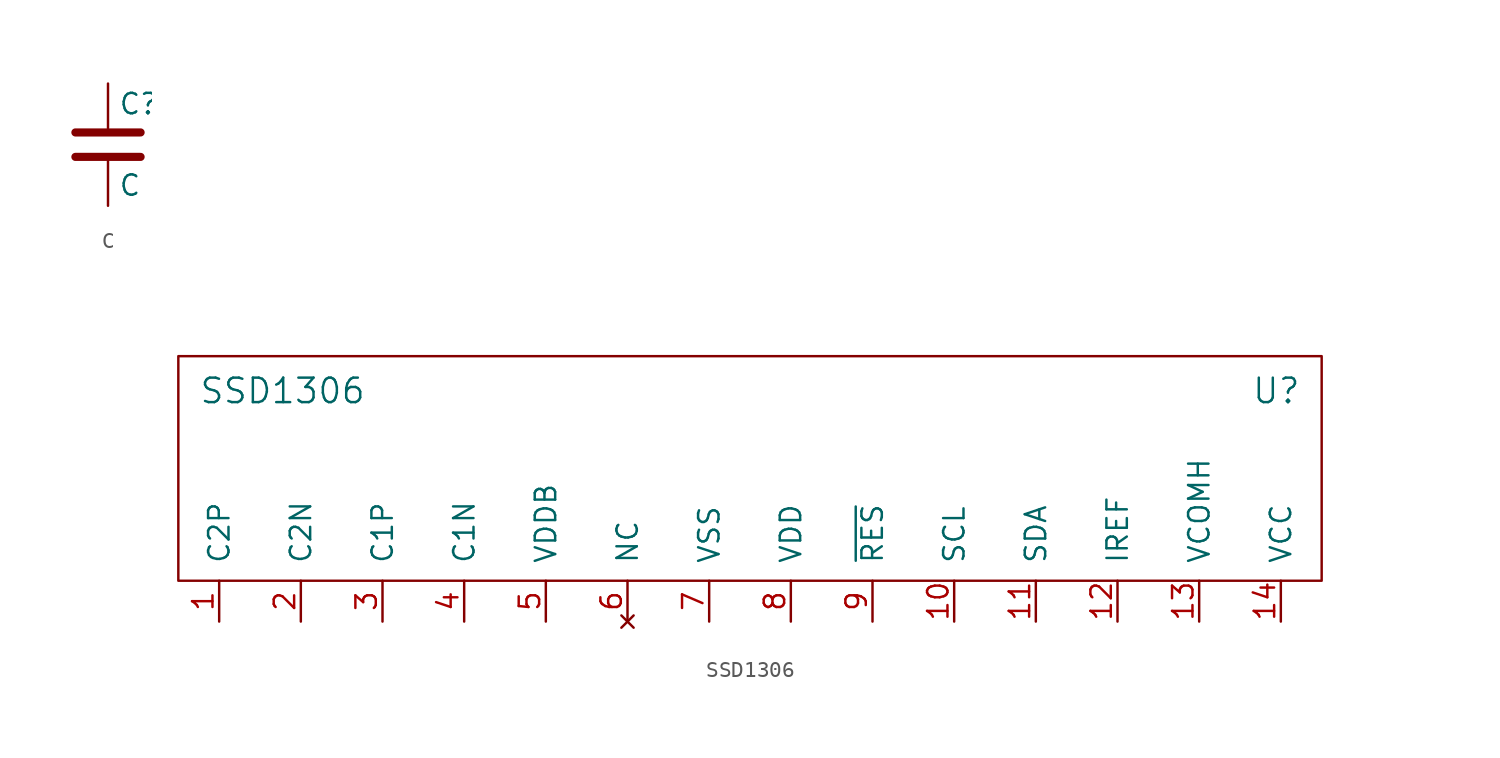
<source format=kicad_sym>
(kicad_symbol_lib
  (version 20241209)
  (generator "kicad_symbol_editor")
  (generator_version "9.0")
  (symbol "C"
    (pin_numbers
      (hide yes))
    (pin_names
      (offset 0.254))
    (property "Reference" "C"
      (at 0.635 2.54 0)
      (effects (font (size 1.27 1.27)) (justify left)))
    (property "Value" "C"
      (at 0.635 -2.54 0)
      (effects (font (size 1.27 1.27)) (justify left)))
    (property "Footprint" ""
      (at 0.965 -3.81 0)
      (effects (font (size 1.27 1.27))))
    (property "Datasheet" ""
      (at 0 0 0)
      (effects (font (size 1.27 1.27))))
    (symbol "C_0_1"
      (polyline (pts (xy -2.032 0.762) (xy 2.032 0.762)) (stroke (width 0.508) (type solid)) (fill (type none)))
      (polyline (pts (xy -2.032 -0.762) (xy 2.032 -0.762)) (stroke (width 0.508) (type solid)) (fill (type none))))
    (symbol "C_1_1"
      (pin passive line (at 0 3.81 270) (length 2.794) (name "~" (effects (font (size 1.27 1.27)))) (number "1" (effects (font (size 1.27 1.27)))))
      (pin passive line (at 0 -3.81 90) (length 2.794) (name "~" (effects (font (size 1.27 1.27)))) (number "2" (effects (font (size 1.27 1.27)))))))
  (symbol "SSD1306"
    (pin_names
      (offset 1.016))
    (property "Reference" "U"
      (at 34.29 15.24 0)
      (effects (font (size 1.524 1.524)) (justify right top)))
    (property "Value" "SSD1306"
      (at -34.29 15.24 0)
      (effects (font (size 1.524 1.524)) (justify left top)))
    (symbol "SSD1306_0_1"
      (rectangle (start -35.56 16.51) (end 35.56 2.54) (stroke (width 0) (type solid)) (fill (type none))))
    (symbol "SSD1306_1_1"
      (pin input line (at -33.02 0 90) (length 2.54) (name "C2P" (effects (font (size 1.27 1.27)))) (number "1" (effects (font (size 1.27 1.27)))))
      (pin input line (at -27.94 0 90) (length 2.54) (name "C2N" (effects (font (size 1.27 1.27)))) (number "2" (effects (font (size 1.27 1.27)))))
      (pin input line (at -22.86 0 90) (length 2.54) (name "C1P" (effects (font (size 1.27 1.27)))) (number "3" (effects (font (size 1.27 1.27)))))
      (pin input line (at -17.78 0 90) (length 2.54) (name "C1N" (effects (font (size 1.27 1.27)))) (number "4" (effects (font (size 1.27 1.27)))))
      (pin input line (at -12.7 0 90) (length 2.54) (name "VDDB" (effects (font (size 1.27 1.27)))) (number "5" (effects (font (size 1.27 1.27)))))
      (pin no_connect line (at -7.62 0 90) (length 2.54) (name "NC" (effects (font (size 1.27 1.27)))) (number "6" (effects (font (size 1.27 1.27)))))
      (pin output line (at -2.54 0 90) (length 2.54) (name "VSS" (effects (font (size 1.27 1.27)))) (number "7" (effects (font (size 1.27 1.27)))))
      (pin input line (at 2.54 0 90) (length 2.54) (name "VDD" (effects (font (size 1.27 1.27)))) (number "8" (effects (font (size 1.27 1.27)))))
      (pin input line (at 7.62 0 90) (length 2.54) (name "~{RES}" (effects (font (size 1.27 1.27)))) (number "9" (effects (font (size 1.27 1.27)))))
      (pin input line (at 12.7 0 90) (length 2.54) (name "SCL" (effects (font (size 1.27 1.27)))) (number "10" (effects (font (size 1.27 1.27)))))
      (pin input line (at 17.78 0 90) (length 2.54) (name "SDA" (effects (font (size 1.27 1.27)))) (number "11" (effects (font (size 1.27 1.27)))))
      (pin input line (at 22.86 0 90) (length 2.54) (name "IREF" (effects (font (size 1.27 1.27)))) (number "12" (effects (font (size 1.27 1.27)))))
      (pin input line (at 27.94 0 90) (length 2.54) (name "VCOMH" (effects (font (size 1.27 1.27)))) (number "13" (effects (font (size 1.27 1.27)))))
      (pin input line (at 33.02 0 90) (length 2.54) (name "VCC" (effects (font (size 1.27 1.27)))) (number "14" (effects (font (size 1.27 1.27))))))))
</source>
